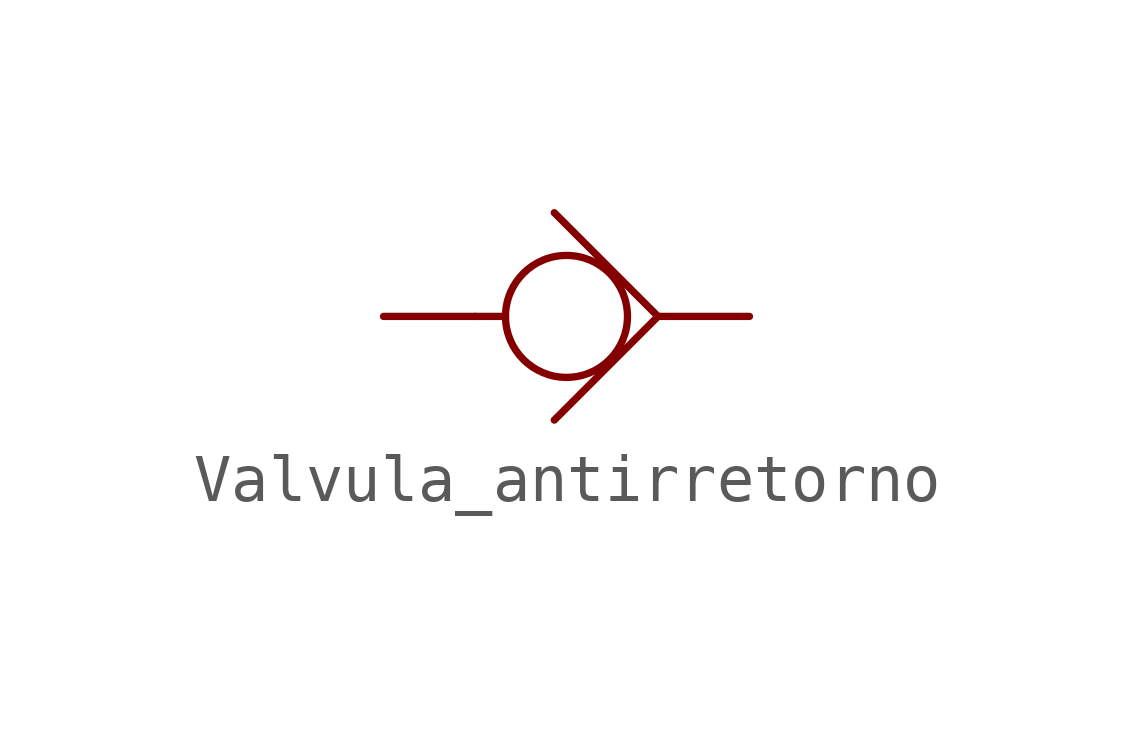
<source format=kicad_sym>
(kicad_symbol_lib
  (version 20211014)
  (generator kicad_symbol_editor)
  (symbol "Valvula_antirretorno"
    (pin_names
      (offset 1.016))
    (property "Reference" "V"
      (at -1.27 -3.81 0)
      (effects (font (size 2.54 2.54)) (justify left) hide))
    (symbol "Valvula_antirretorno_0_1"
      (polyline (pts (xy -1.27 0) (xy -1.905 0)) (stroke (width 0) (type default) (color 0 0 0 0)) (fill (type none)))
      (polyline (pts (xy 1.905 0) (xy -0.254 -2.159)) (stroke (width 0) (type default) (color 0 0 0 0)) (fill (type none)))
      (polyline (pts (xy 1.905 0) (xy -0.254 2.159)) (stroke (width 0) (type default) (color 0 0 0 0)) (fill (type none)))
      (circle (center 0 0) (radius 1.27) (stroke (width 0) (type default) (color 0 0 0 0)) (fill (type none))))
    (symbol "Valvula_antirretorno_1_1"
      (pin output line (at -3.81 0 0) (length 1.905) (name "" (effects (font (size 1.27 1.27)))) (number "" (effects (font (size 1.27 1.27)))))
      (pin input line (at 3.81 0 180) (length 1.905) (name "" (effects (font (size 1.27 1.27)))) (number "" (effects (font (size 1.27 1.27))))))))
</source>
